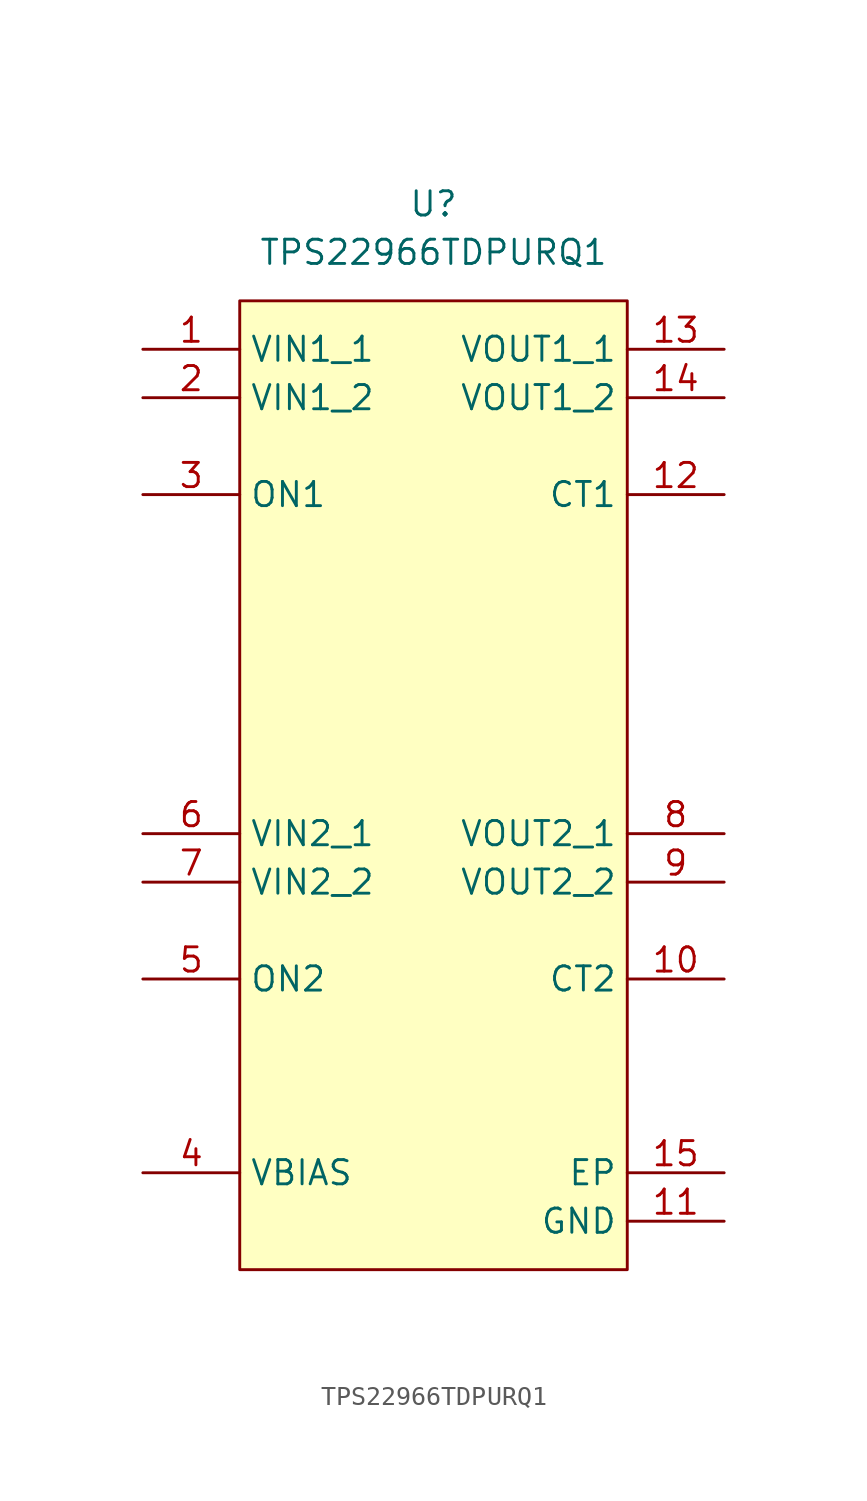
<source format=kicad_sym>
(kicad_symbol_lib
  (version 20241209)
  (generator "kicad_symbol_editor")
  (generator_version "9.0")
  (symbol "TPS22966TDPURQ1"
    (property "Reference" "U"
      (at 0 5.08 0)
      (effects (font (size 1.27 1.27))))
    (property "Value" "TPS22966TDPURQ1"
      (at 0 2.54 0)
      (effects (font (size 1.27 1.27))))
    (symbol "TPS22966TDPURQ1_1_1"
      (rectangle (start -10.16 0) (end 10.16 -50.8) (stroke (width 0) (type solid)) (fill (type background)))
      (pin passive line (at -15.24 -2.54 0) (length 5.08) (name "VIN1_1" (effects (font (size 1.27 1.27)))) (number "1" (effects (font (size 1.27 1.27)))))
      (pin passive line (at -15.24 -5.08 0) (length 5.08) (name "VIN1_2" (effects (font (size 1.27 1.27)))) (number "2" (effects (font (size 1.27 1.27)))))
      (pin passive line (at -15.24 -10.16 0) (length 5.08) (name "ON1" (effects (font (size 1.27 1.27)))) (number "3" (effects (font (size 1.27 1.27)))))
      (pin passive line (at -15.24 -27.94 0) (length 5.08) (name "VIN2_1" (effects (font (size 1.27 1.27)))) (number "6" (effects (font (size 1.27 1.27)))))
      (pin passive line (at -15.24 -30.48 0) (length 5.08) (name "VIN2_2" (effects (font (size 1.27 1.27)))) (number "7" (effects (font (size 1.27 1.27)))))
      (pin passive line (at -15.24 -35.56 0) (length 5.08) (name "ON2" (effects (font (size 1.27 1.27)))) (number "5" (effects (font (size 1.27 1.27)))))
      (pin passive line (at -15.24 -45.72 0) (length 5.08) (name "VBIAS" (effects (font (size 1.27 1.27)))) (number "4" (effects (font (size 1.27 1.27)))))
      (pin passive line (at 15.24 -2.54 180) (length 5.08) (name "VOUT1_1" (effects (font (size 1.27 1.27)))) (number "13" (effects (font (size 1.27 1.27)))))
      (pin passive line (at 15.24 -5.08 180) (length 5.08) (name "VOUT1_2" (effects (font (size 1.27 1.27)))) (number "14" (effects (font (size 1.27 1.27)))))
      (pin passive line (at 15.24 -10.16 180) (length 5.08) (name "CT1" (effects (font (size 1.27 1.27)))) (number "12" (effects (font (size 1.27 1.27)))))
      (pin passive line (at 15.24 -27.94 180) (length 5.08) (name "VOUT2_1" (effects (font (size 1.27 1.27)))) (number "8" (effects (font (size 1.27 1.27)))))
      (pin passive line (at 15.24 -30.48 180) (length 5.08) (name "VOUT2_2" (effects (font (size 1.27 1.27)))) (number "9" (effects (font (size 1.27 1.27)))))
      (pin passive line (at 15.24 -35.56 180) (length 5.08) (name "CT2" (effects (font (size 1.27 1.27)))) (number "10" (effects (font (size 1.27 1.27)))))
      (pin passive line (at 15.24 -45.72 180) (length 5.08) (name "EP" (effects (font (size 1.27 1.27)))) (number "15" (effects (font (size 1.27 1.27)))))
      (pin passive line (at 15.24 -48.26 180) (length 5.08) (name "GND" (effects (font (size 1.27 1.27)))) (number "11" (effects (font (size 1.27 1.27))))))))
</source>
